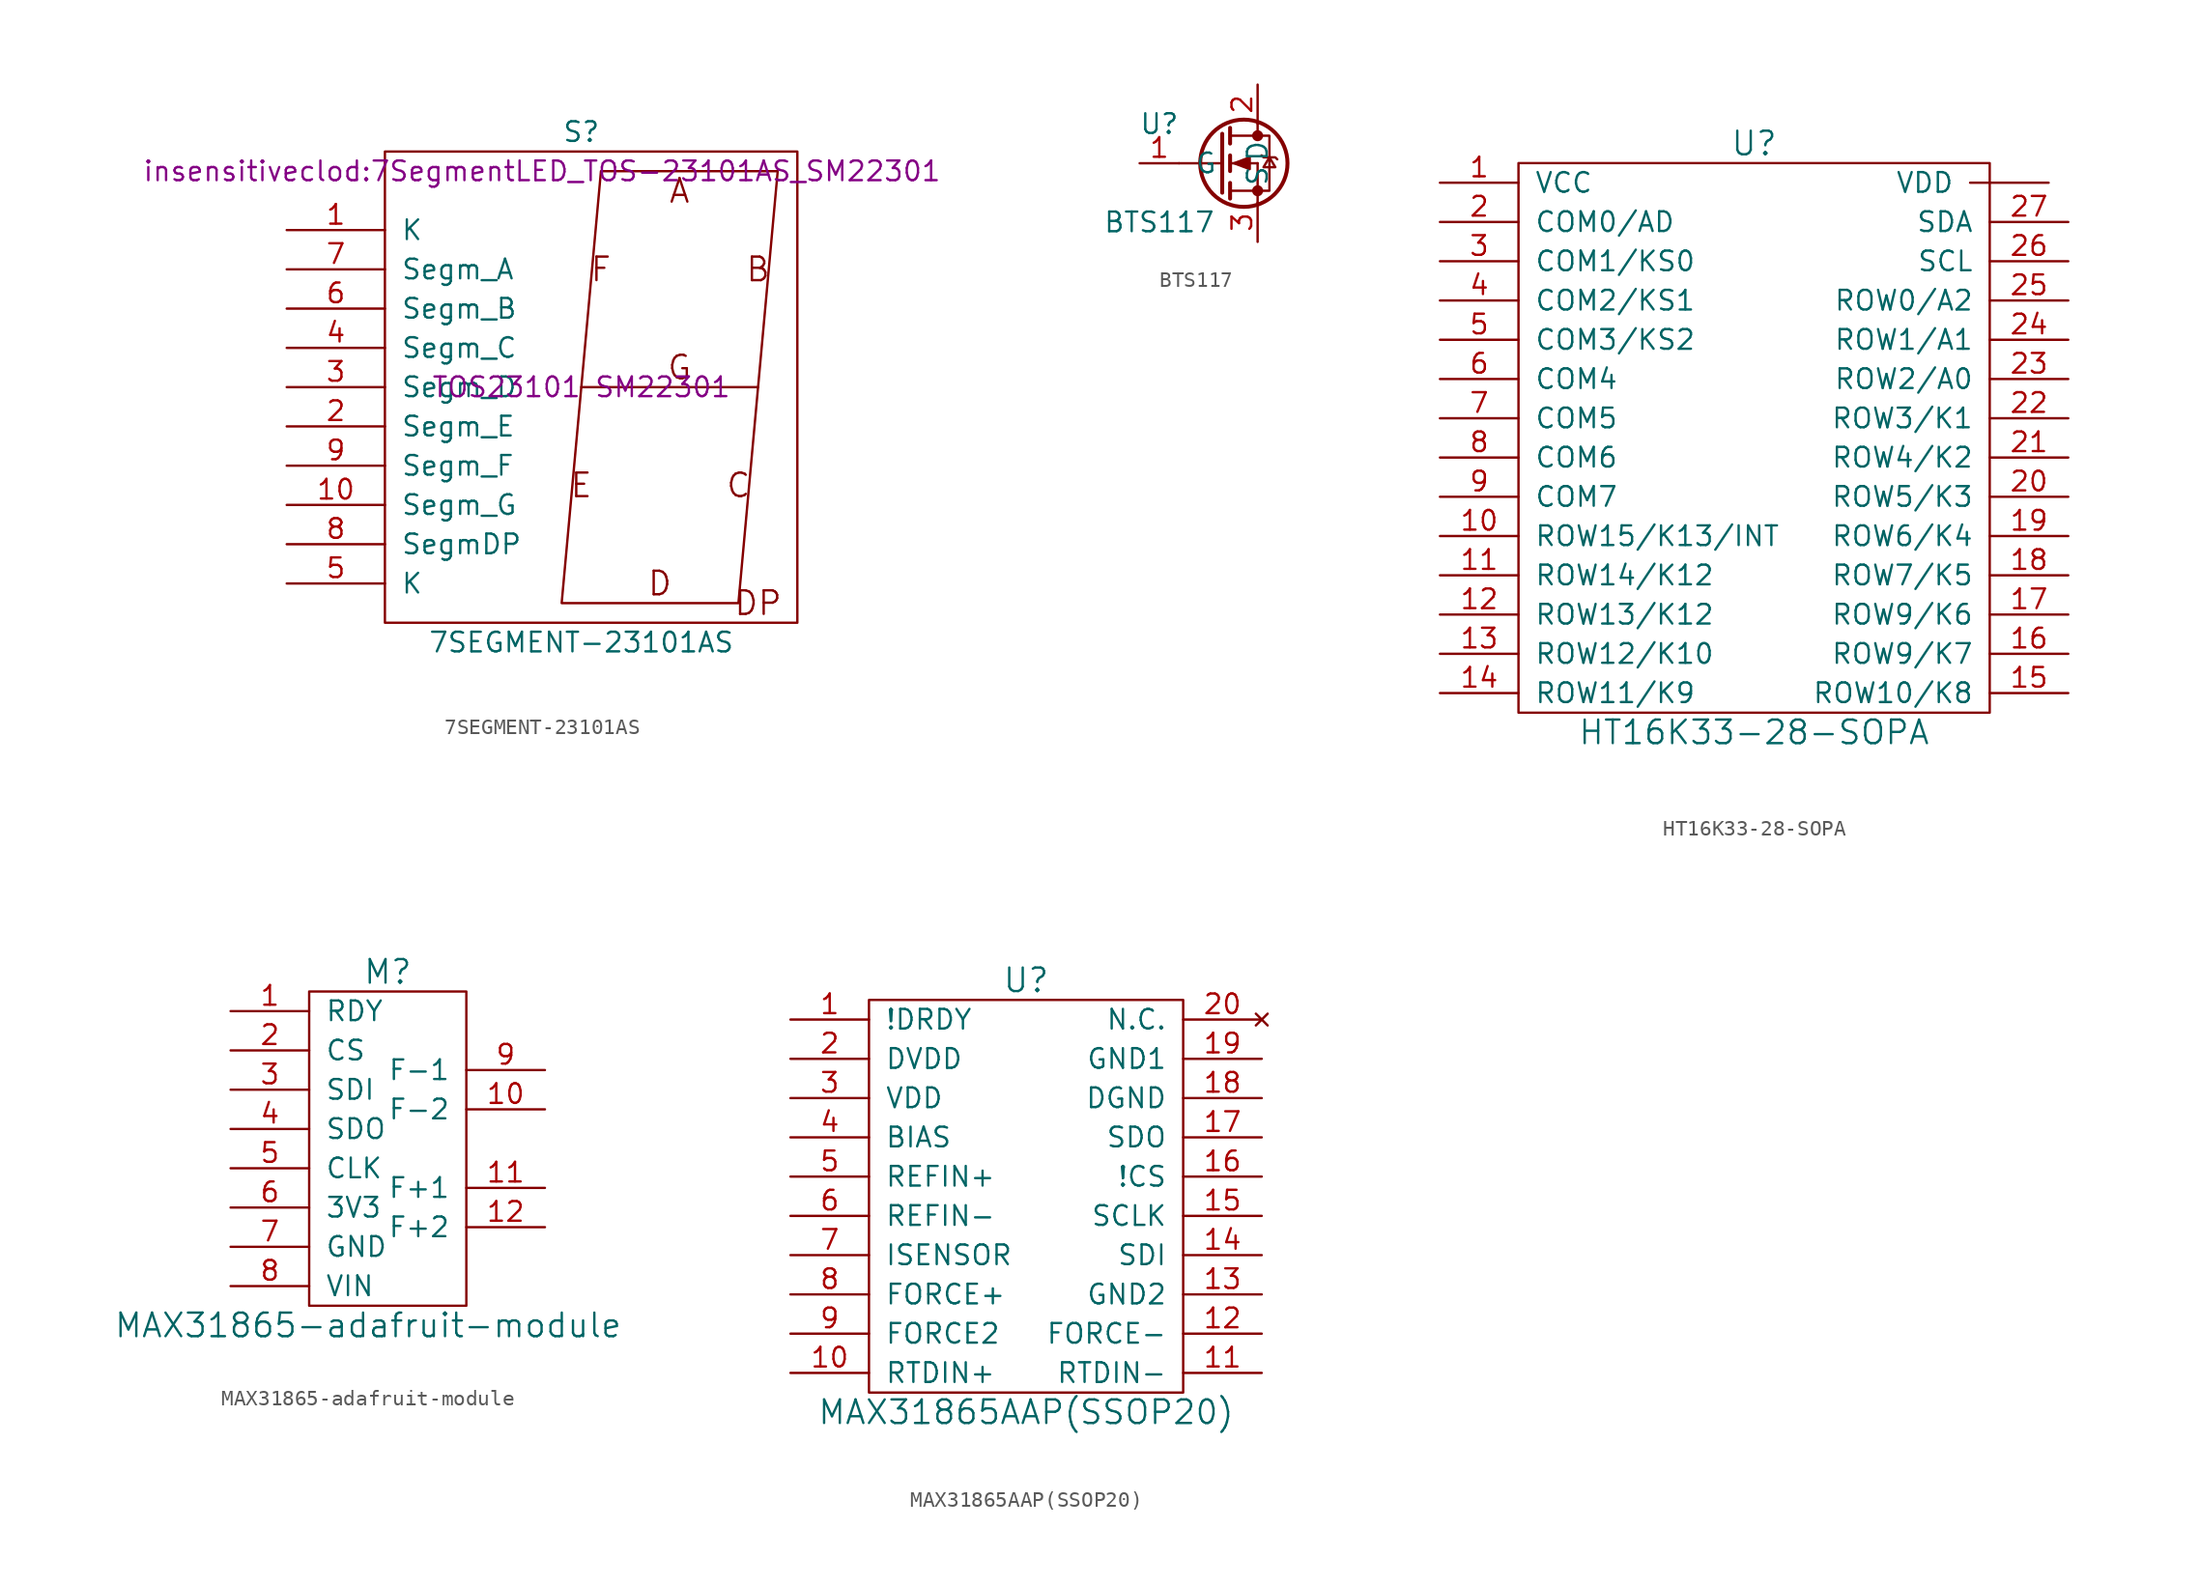
<source format=kicad_sym>
(kicad_symbol_lib
  (version 20231120)
  (generator "kicad_symbol_editor")
  (generator_version "8.0")
  (symbol "7SEGMENT-23101AS"
    (pin_names
      (offset 1.016))
    (property "Reference" "S"
      (at 0 16.51 0)
      (effects (font (size 1.27 1.27))))
    (property "Value" "7SEGMENT-23101AS"
      (at 0 -16.51 0)
      (effects (font (size 1.27 1.27))))
    (property "Footprint" "insensitiveclod:7SegmentLED_TOS-23101AS_SM22301"
      (at -2.54 13.97 0)
      (effects (font (size 1.27 1.27))))
    (property "Datasheet" "TOS23101 SM22301"
      (at 0 0 0)
      (effects (font (size 1.27 1.27))))
    (symbol "7SEGMENT-23101AS_0_0"
      (text "A" (at 6.35 12.7 0) (effects (font (size 1.524 1.524))))
      (text "B" (at 11.43 7.62 0) (effects (font (size 1.524 1.524))))
      (text "C" (at 10.16 -6.35 0) (effects (font (size 1.524 1.524))))
      (text "D" (at 5.08 -12.7 0) (effects (font (size 1.524 1.524))))
      (text "DP" (at 11.43 -13.97 0) (effects (font (size 1.524 1.524))))
      (text "E" (at 0 -6.35 0) (effects (font (size 1.524 1.524))))
      (text "F" (at 1.27 7.62 0) (effects (font (size 1.524 1.524))))
      (text "G" (at 6.35 1.27 0) (effects (font (size 1.524 1.524)))))
    (symbol "7SEGMENT-23101AS_0_1"
      (rectangle (start -12.7 15.24) (end 13.97 -15.24) (stroke (width 0) (type solid)) (fill (type none)))
      (polyline (pts (xy 0 0) (xy 11.43 0)) (stroke (width 0) (type solid)) (fill (type none)))
      (polyline (pts (xy -1.27 -13.97) (xy 1.27 13.97) (xy 12.7 13.97) (xy 10.16 -13.97) (xy -1.27 -13.97)) (stroke (width 0) (type solid)) (fill (type none))))
    (symbol "7SEGMENT-23101AS_1_1"
      (pin passive line (at -19.05 10.16 0) (length 6.35) (name "K" (effects (font (size 1.27 1.27)))) (number "1" (effects (font (size 1.27 1.27)))))
      (pin passive line (at -19.05 -7.62 0) (length 6.35) (name "Segm_G" (effects (font (size 1.27 1.27)))) (number "10" (effects (font (size 1.27 1.27)))))
      (pin passive line (at -19.05 -2.54 0) (length 6.35) (name "Segm_E" (effects (font (size 1.27 1.27)))) (number "2" (effects (font (size 1.27 1.27)))))
      (pin passive line (at -19.05 0 0) (length 6.35) (name "Segm_D" (effects (font (size 1.27 1.27)))) (number "3" (effects (font (size 1.27 1.27)))))
      (pin passive line (at -19.05 2.54 0) (length 6.35) (name "Segm_C" (effects (font (size 1.27 1.27)))) (number "4" (effects (font (size 1.27 1.27)))))
      (pin input line (at -19.05 -12.7 0) (length 6.35) (name "K" (effects (font (size 1.27 1.27)))) (number "5" (effects (font (size 1.27 1.27)))))
      (pin passive line (at -19.05 5.08 0) (length 6.35) (name "Segm_B" (effects (font (size 1.27 1.27)))) (number "6" (effects (font (size 1.27 1.27)))))
      (pin passive line (at -19.05 7.62 0) (length 6.35) (name "Segm_A" (effects (font (size 1.27 1.27)))) (number "7" (effects (font (size 1.27 1.27)))))
      (pin passive line (at -19.05 -10.16 0) (length 6.35) (name "SegmDP" (effects (font (size 1.27 1.27)))) (number "8" (effects (font (size 1.27 1.27)))))
      (pin passive line (at -19.05 -5.08 0) (length 6.35) (name "Segm_F" (effects (font (size 1.27 1.27)))) (number "9" (effects (font (size 1.27 1.27)))))))
  (symbol "BTS117"
    (pin_names
      (offset 1.016))
    (property "Reference" "U"
      (at -6.35 2.54 0)
      (effects (font (size 1.27 1.27))))
    (property "Value" "BTS117"
      (at -6.35 -3.81 0)
      (effects (font (size 1.27 1.27))))
    (symbol "BTS117_1_1"
      (circle (center -0.889 0) (radius 2.819) (stroke (width 0.254) (type solid)) (fill (type none)))
      (circle (center 0 -1.778) (radius 0.279) (stroke (width 0) (type solid)) (fill (type outline)))
      (polyline (pts (xy -2.286 0) (xy -5.08 0)) (stroke (width 0) (type solid)) (fill (type none)))
      (polyline (pts (xy -1.778 -1.778) (xy 0 -1.778)) (stroke (width 0) (type solid)) (fill (type none)))
      (polyline (pts (xy -1.778 -1.27) (xy -1.778 -2.286)) (stroke (width 0.254) (type solid)) (fill (type none)))
      (polyline (pts (xy -1.778 0) (xy 0 0)) (stroke (width 0) (type solid)) (fill (type none)))
      (polyline (pts (xy -1.778 0.508) (xy -1.778 -0.508)) (stroke (width 0.254) (type solid)) (fill (type none)))
      (polyline (pts (xy -1.778 1.778) (xy 0 1.778)) (stroke (width 0) (type solid)) (fill (type none)))
      (polyline (pts (xy -1.778 2.286) (xy -1.778 1.27)) (stroke (width 0.254) (type solid)) (fill (type none)))
      (polyline (pts (xy 0 -1.778) (xy 0 -2.54)) (stroke (width 0) (type solid)) (fill (type none)))
      (polyline (pts (xy 0 -1.778) (xy 0 0)) (stroke (width 0) (type solid)) (fill (type none)))
      (polyline (pts (xy 0 2.54) (xy 0 1.778)) (stroke (width 0) (type solid)) (fill (type none)))
      (polyline (pts (xy -2.286 1.905) (xy -2.286 -1.905) (xy -2.286 -1.905)) (stroke (width 0.254) (type solid)) (fill (type none)))
      (polyline (pts (xy -1.524 0) (xy -0.508 0.381) (xy -0.508 -0.381) (xy -1.524 0)) (stroke (width 0) (type solid)) (fill (type outline)))
      (polyline (pts (xy 0 -1.778) (xy 0.762 -1.778) (xy 0.762 1.778) (xy 0 1.778)) (stroke (width 0) (type solid)) (fill (type none)))
      (polyline (pts (xy 0.254 0.508) (xy 0.381 0.381) (xy 1.143 0.381) (xy 1.27 0.254)) (stroke (width 0) (type solid)) (fill (type none)))
      (polyline (pts (xy 0.762 0.381) (xy 0.381 -0.254) (xy 1.143 -0.254) (xy 0.762 0.381)) (stroke (width 0) (type solid)) (fill (type none)))
      (circle (center 0 1.778) (radius 0.279) (stroke (width 0) (type solid)) (fill (type outline)))
      (pin input line (at -7.62 0 0) (length 2.54) (name "G" (effects (font (size 1.27 1.27)))) (number "1" (effects (font (size 1.27 1.27)))))
      (pin passive line (at 0 5.08 270) (length 2.54) (name "D" (effects (font (size 1.27 1.27)))) (number "2" (effects (font (size 1.27 1.27)))))
      (pin passive line (at 0 -5.08 90) (length 2.54) (name "S" (effects (font (size 1.27 1.27)))) (number "3" (effects (font (size 1.27 1.27)))))))
  (symbol "HT16K33-28-SOPA"
    (pin_names
      (offset 1.016))
    (property "Reference" "U"
      (at 0 19.05 0)
      (effects (font (size 1.524 1.524))))
    (property "Value" "HT16K33-28-SOPA"
      (at 0 -19.05 0)
      (effects (font (size 1.524 1.524))))
    (symbol "HT16K33-28-SOPA_0_1"
      (rectangle (start -15.24 17.78) (end 15.24 -17.78) (stroke (width 0) (type solid)) (fill (type none))))
    (symbol "HT16K33-28-SOPA_1_1"
      (pin power_in line (at -20.32 16.51 0) (length 5.08) (name "VCC" (effects (font (size 1.27 1.27)))) (number "1" (effects (font (size 1.27 1.27)))))
      (pin bidirectional line (at -20.32 -6.35 0) (length 5.08) (name "ROW15/K13/INT" (effects (font (size 1.27 1.27)))) (number "10" (effects (font (size 1.27 1.27)))))
      (pin bidirectional line (at -20.32 -8.89 0) (length 5.08) (name "ROW14/K12" (effects (font (size 1.27 1.27)))) (number "11" (effects (font (size 1.27 1.27)))))
      (pin bidirectional line (at -20.32 -11.43 0) (length 5.08) (name "ROW13/K12" (effects (font (size 1.27 1.27)))) (number "12" (effects (font (size 1.27 1.27)))))
      (pin bidirectional line (at -20.32 -13.97 0) (length 5.08) (name "ROW12/K10" (effects (font (size 1.27 1.27)))) (number "13" (effects (font (size 1.27 1.27)))))
      (pin bidirectional line (at -20.32 -16.51 0) (length 5.08) (name "ROW11/K9" (effects (font (size 1.27 1.27)))) (number "14" (effects (font (size 1.27 1.27)))))
      (pin bidirectional line (at 20.32 -16.51 180) (length 5.08) (name "ROW10/K8" (effects (font (size 1.27 1.27)))) (number "15" (effects (font (size 1.27 1.27)))))
      (pin bidirectional line (at 20.32 -13.97 180) (length 5.08) (name "ROW9/K7" (effects (font (size 1.27 1.27)))) (number "16" (effects (font (size 1.27 1.27)))))
      (pin bidirectional line (at 20.32 -11.43 180) (length 5.08) (name "ROW9/K6" (effects (font (size 1.27 1.27)))) (number "17" (effects (font (size 1.27 1.27)))))
      (pin bidirectional line (at 20.32 -8.89 180) (length 5.08) (name "ROW7/K5" (effects (font (size 1.27 1.27)))) (number "18" (effects (font (size 1.27 1.27)))))
      (pin bidirectional line (at 20.32 -6.35 180) (length 5.08) (name "ROW6/K4" (effects (font (size 1.27 1.27)))) (number "19" (effects (font (size 1.27 1.27)))))
      (pin bidirectional line (at -20.32 13.97 0) (length 5.08) (name "COM0/AD" (effects (font (size 1.27 1.27)))) (number "2" (effects (font (size 1.27 1.27)))))
      (pin bidirectional line (at 20.32 -3.81 180) (length 5.08) (name "ROW5/K3" (effects (font (size 1.27 1.27)))) (number "20" (effects (font (size 1.27 1.27)))))
      (pin bidirectional line (at 20.32 -1.27 180) (length 5.08) (name "ROW4/K2" (effects (font (size 1.27 1.27)))) (number "21" (effects (font (size 1.27 1.27)))))
      (pin bidirectional line (at 20.32 1.27 180) (length 5.08) (name "ROW3/K1" (effects (font (size 1.27 1.27)))) (number "22" (effects (font (size 1.27 1.27)))))
      (pin bidirectional line (at 20.32 3.81 180) (length 5.08) (name "ROW2/A0" (effects (font (size 1.27 1.27)))) (number "23" (effects (font (size 1.27 1.27)))))
      (pin bidirectional line (at 20.32 6.35 180) (length 5.08) (name "ROW1/A1" (effects (font (size 1.27 1.27)))) (number "24" (effects (font (size 1.27 1.27)))))
      (pin bidirectional line (at 20.32 8.89 180) (length 5.08) (name "ROW0/A2" (effects (font (size 1.27 1.27)))) (number "25" (effects (font (size 1.27 1.27)))))
      (pin bidirectional line (at 20.32 11.43 180) (length 5.08) (name "SCL" (effects (font (size 1.27 1.27)))) (number "26" (effects (font (size 1.27 1.27)))))
      (pin bidirectional line (at 20.32 13.97 180) (length 5.08) (name "SDA" (effects (font (size 1.27 1.27)))) (number "27" (effects (font (size 1.27 1.27)))))
      (pin bidirectional line (at -20.32 11.43 0) (length 5.08) (name "COM1/KS0" (effects (font (size 1.27 1.27)))) (number "3" (effects (font (size 1.27 1.27)))))
      (pin bidirectional line (at -20.32 8.89 0) (length 5.08) (name "COM2/KS1" (effects (font (size 1.27 1.27)))) (number "4" (effects (font (size 1.27 1.27)))))
      (pin bidirectional line (at -20.32 6.35 0) (length 5.08) (name "COM3/KS2" (effects (font (size 1.27 1.27)))) (number "5" (effects (font (size 1.27 1.27)))))
      (pin bidirectional line (at -20.32 3.81 0) (length 5.08) (name "COM4" (effects (font (size 1.27 1.27)))) (number "6" (effects (font (size 1.27 1.27)))))
      (pin bidirectional line (at -20.32 1.27 0) (length 5.08) (name "COM5" (effects (font (size 1.27 1.27)))) (number "7" (effects (font (size 1.27 1.27)))))
      (pin bidirectional line (at -20.32 -1.27 0) (length 5.08) (name "COM6" (effects (font (size 1.27 1.27)))) (number "8" (effects (font (size 1.27 1.27)))))
      (pin bidirectional line (at -20.32 -3.81 0) (length 5.08) (name "COM7" (effects (font (size 1.27 1.27)))) (number "9" (effects (font (size 1.27 1.27)))))
      (pin power_in line (at 19.05 16.51 180) (length 5.08) (name "VDD" (effects (font (size 1.27 1.27)))) (number "~" (effects (font (size 1.27 1.27)))))))
  (symbol "MAX31865-adafruit-module"
    (pin_names
      (offset 1.016))
    (property "Reference" "M"
      (at 0 11.43 0)
      (effects (font (size 1.524 1.524))))
    (property "Value" "MAX31865-adafruit-module"
      (at -1.27 -11.43 0)
      (effects (font (size 1.524 1.524))))
    (property "Footprint" ""
      (at 0 -5.08 0)
      (effects (font (size 1.524 1.524))))
    (property "Datasheet" ""
      (at 0 -5.08 0)
      (effects (font (size 1.524 1.524))))
    (symbol "MAX31865-adafruit-module_0_1"
      (rectangle (start -5.08 10.16) (end 5.08 -10.16) (stroke (width 0) (type solid)) (fill (type none))))
    (symbol "MAX31865-adafruit-module_1_1"
      (pin output line (at -10.16 8.89 0) (length 5.08) (name "RDY" (effects (font (size 1.27 1.27)))) (number "1" (effects (font (size 1.27 1.27)))))
      (pin bidirectional line (at 10.16 2.54 180) (length 5.08) (name "F-2" (effects (font (size 1.27 1.27)))) (number "10" (effects (font (size 1.27 1.27)))))
      (pin bidirectional line (at 10.16 -2.54 180) (length 5.08) (name "F+1" (effects (font (size 1.27 1.27)))) (number "11" (effects (font (size 1.27 1.27)))))
      (pin bidirectional line (at 10.16 -5.08 180) (length 5.08) (name "F+2" (effects (font (size 1.27 1.27)))) (number "12" (effects (font (size 1.27 1.27)))))
      (pin input line (at -10.16 6.35 0) (length 5.08) (name "CS" (effects (font (size 1.27 1.27)))) (number "2" (effects (font (size 1.27 1.27)))))
      (pin input line (at -10.16 3.81 0) (length 5.08) (name "SDI" (effects (font (size 1.27 1.27)))) (number "3" (effects (font (size 1.27 1.27)))))
      (pin output line (at -10.16 1.27 0) (length 5.08) (name "SDO" (effects (font (size 1.27 1.27)))) (number "4" (effects (font (size 1.27 1.27)))))
      (pin input line (at -10.16 -1.27 0) (length 5.08) (name "CLK" (effects (font (size 1.27 1.27)))) (number "5" (effects (font (size 1.27 1.27)))))
      (pin bidirectional line (at -10.16 -3.81 0) (length 5.08) (name "3V3" (effects (font (size 1.27 1.27)))) (number "6" (effects (font (size 1.27 1.27)))))
      (pin power_in line (at -10.16 -6.35 0) (length 5.08) (name "GND" (effects (font (size 1.27 1.27)))) (number "7" (effects (font (size 1.27 1.27)))))
      (pin power_in line (at -10.16 -8.89 0) (length 5.08) (name "VIN" (effects (font (size 1.27 1.27)))) (number "8" (effects (font (size 1.27 1.27)))))
      (pin bidirectional line (at 10.16 5.08 180) (length 5.08) (name "F-1" (effects (font (size 1.27 1.27)))) (number "9" (effects (font (size 1.27 1.27)))))))
  (symbol "MAX31865AAP(SSOP20)"
    (pin_names
      (offset 1.016))
    (property "Reference" "U"
      (at 0 12.7 0)
      (effects (font (size 1.524 1.524))))
    (property "Value" "MAX31865AAP(SSOP20)"
      (at 0 -15.24 0)
      (effects (font (size 1.524 1.524))))
    (property "Footprint" ""
      (at 0 -16.51 0)
      (effects (font (size 1.524 1.524))))
    (property "Datasheet" ""
      (at 0 -16.51 0)
      (effects (font (size 1.524 1.524))))
    (symbol "MAX31865AAP(SSOP20)_0_1"
      (rectangle (start -10.16 11.43) (end 10.16 -13.97) (stroke (width 0) (type solid)) (fill (type none))))
    (symbol "MAX31865AAP(SSOP20)_1_1"
      (pin output line (at -15.24 10.16 0) (length 5.08) (name "!DRDY" (effects (font (size 1.27 1.27)))) (number "1" (effects (font (size 1.27 1.27)))))
      (pin input line (at -15.24 -12.7 0) (length 5.08) (name "RTDIN+" (effects (font (size 1.27 1.27)))) (number "10" (effects (font (size 1.27 1.27)))))
      (pin input line (at 15.24 -12.7 180) (length 5.08) (name "RTDIN-" (effects (font (size 1.27 1.27)))) (number "11" (effects (font (size 1.27 1.27)))))
      (pin input line (at 15.24 -10.16 180) (length 5.08) (name "FORCE-" (effects (font (size 1.27 1.27)))) (number "12" (effects (font (size 1.27 1.27)))))
      (pin power_in line (at 15.24 -7.62 180) (length 5.08) (name "GND2" (effects (font (size 1.27 1.27)))) (number "13" (effects (font (size 1.27 1.27)))))
      (pin input line (at 15.24 -5.08 180) (length 5.08) (name "SDI" (effects (font (size 1.27 1.27)))) (number "14" (effects (font (size 1.27 1.27)))))
      (pin input line (at 15.24 -2.54 180) (length 5.08) (name "SCLK" (effects (font (size 1.27 1.27)))) (number "15" (effects (font (size 1.27 1.27)))))
      (pin input line (at 15.24 0 180) (length 5.08) (name "!CS" (effects (font (size 1.27 1.27)))) (number "16" (effects (font (size 1.27 1.27)))))
      (pin output line (at 15.24 2.54 180) (length 5.08) (name "SDO" (effects (font (size 1.27 1.27)))) (number "17" (effects (font (size 1.27 1.27)))))
      (pin power_in line (at 15.24 5.08 180) (length 5.08) (name "DGND" (effects (font (size 1.27 1.27)))) (number "18" (effects (font (size 1.27 1.27)))))
      (pin power_in line (at 15.24 7.62 180) (length 5.08) (name "GND1" (effects (font (size 1.27 1.27)))) (number "19" (effects (font (size 1.27 1.27)))))
      (pin power_in line (at -15.24 7.62 0) (length 5.08) (name "DVDD" (effects (font (size 1.27 1.27)))) (number "2" (effects (font (size 1.27 1.27)))))
      (pin no_connect line (at 15.24 10.16 180) (length 5.08) (name "N.C." (effects (font (size 1.27 1.27)))) (number "20" (effects (font (size 1.27 1.27)))))
      (pin power_in line (at -15.24 5.08 0) (length 5.08) (name "VDD" (effects (font (size 1.27 1.27)))) (number "3" (effects (font (size 1.27 1.27)))))
      (pin output line (at -15.24 2.54 0) (length 5.08) (name "BIAS" (effects (font (size 1.27 1.27)))) (number "4" (effects (font (size 1.27 1.27)))))
      (pin input line (at -15.24 0 0) (length 5.08) (name "REFIN+" (effects (font (size 1.27 1.27)))) (number "5" (effects (font (size 1.27 1.27)))))
      (pin input line (at -15.24 -2.54 0) (length 5.08) (name "REFIN-" (effects (font (size 1.27 1.27)))) (number "6" (effects (font (size 1.27 1.27)))))
      (pin input line (at -15.24 -5.08 0) (length 5.08) (name "ISENSOR" (effects (font (size 1.27 1.27)))) (number "7" (effects (font (size 1.27 1.27)))))
      (pin output line (at -15.24 -7.62 0) (length 5.08) (name "FORCE+" (effects (font (size 1.27 1.27)))) (number "8" (effects (font (size 1.27 1.27)))))
      (pin input line (at -15.24 -10.16 0) (length 5.08) (name "FORCE2" (effects (font (size 1.27 1.27)))) (number "9" (effects (font (size 1.27 1.27))))))))
</source>
